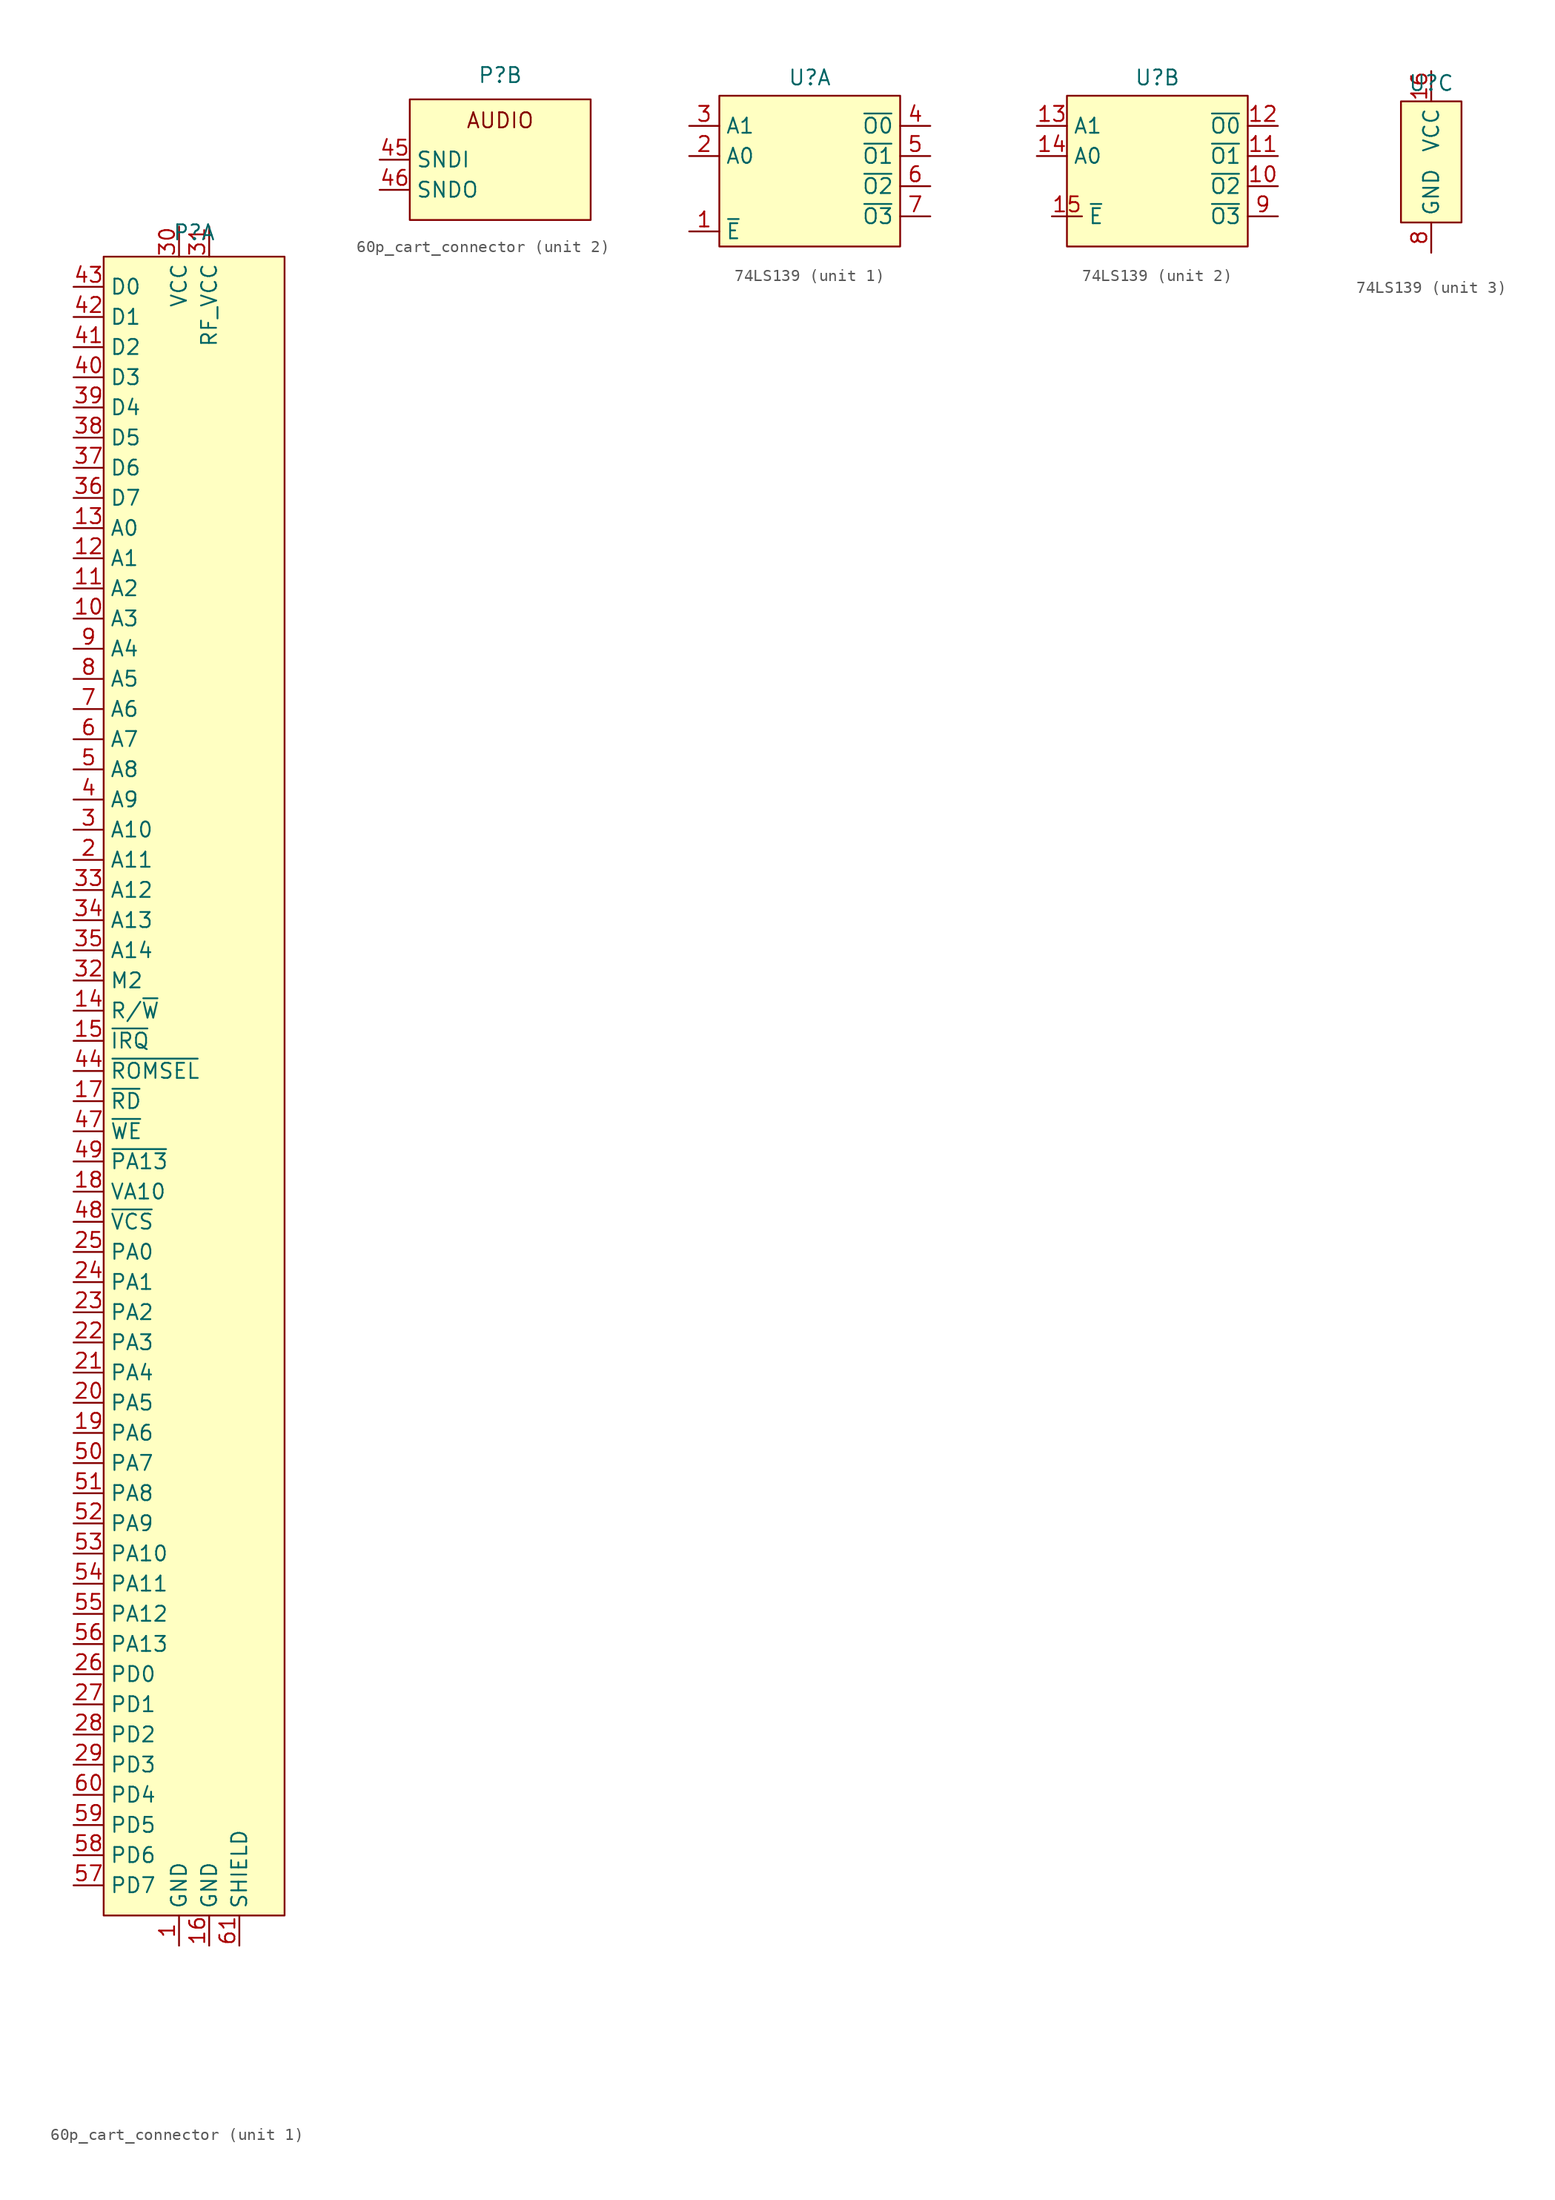
<source format=kicad_sym>
(kicad_symbol_lib
  (version 20241209)
  (generator "kicad_symbol_editor")
  (generator_version "9.0")
  (symbol "60p_cart_connector"
    (property "Reference" "P"
      (at 0 2.032 0)
      (effects (font (size 1.27 1.27))))
    (property "Value" ""
      (at 0 0 0)
      (effects (font (size 1.27 1.27))))
    (property "ki_locked" ""
      (at 0 0 0)
      (effects (font (size 1.27 1.27))))
    (symbol "60p_cart_connector_1_0"
      (pin passive line (at -10.16 -2.54 0) (length 2.54) (name "D0" (effects (font (size 1.27 1.27)))) (number "43" (effects (font (size 1.27 1.27)))))
      (pin passive line (at -10.16 -5.08 0) (length 2.54) (name "D1" (effects (font (size 1.27 1.27)))) (number "42" (effects (font (size 1.27 1.27)))))
      (pin passive line (at -10.16 -7.62 0) (length 2.54) (name "D2" (effects (font (size 1.27 1.27)))) (number "41" (effects (font (size 1.27 1.27)))))
      (pin passive line (at -10.16 -10.16 0) (length 2.54) (name "D3" (effects (font (size 1.27 1.27)))) (number "40" (effects (font (size 1.27 1.27)))))
      (pin passive line (at -10.16 -12.7 0) (length 2.54) (name "D4" (effects (font (size 1.27 1.27)))) (number "39" (effects (font (size 1.27 1.27)))))
      (pin passive line (at -10.16 -15.24 0) (length 2.54) (name "D5" (effects (font (size 1.27 1.27)))) (number "38" (effects (font (size 1.27 1.27)))))
      (pin passive line (at -10.16 -17.78 0) (length 2.54) (name "D6" (effects (font (size 1.27 1.27)))) (number "37" (effects (font (size 1.27 1.27)))))
      (pin passive line (at -10.16 -20.32 0) (length 2.54) (name "D7" (effects (font (size 1.27 1.27)))) (number "36" (effects (font (size 1.27 1.27)))))
      (pin passive line (at -10.16 -22.86 0) (length 2.54) (name "A0" (effects (font (size 1.27 1.27)))) (number "13" (effects (font (size 1.27 1.27)))))
      (pin passive line (at -10.16 -25.4 0) (length 2.54) (name "A1" (effects (font (size 1.27 1.27)))) (number "12" (effects (font (size 1.27 1.27)))))
      (pin passive line (at -10.16 -27.94 0) (length 2.54) (name "A2" (effects (font (size 1.27 1.27)))) (number "11" (effects (font (size 1.27 1.27)))))
      (pin passive line (at -10.16 -30.48 0) (length 2.54) (name "A3" (effects (font (size 1.27 1.27)))) (number "10" (effects (font (size 1.27 1.27)))))
      (pin passive line (at -10.16 -33.02 0) (length 2.54) (name "A4" (effects (font (size 1.27 1.27)))) (number "9" (effects (font (size 1.27 1.27)))))
      (pin passive line (at -10.16 -35.56 0) (length 2.54) (name "A5" (effects (font (size 1.27 1.27)))) (number "8" (effects (font (size 1.27 1.27)))))
      (pin passive line (at -10.16 -38.1 0) (length 2.54) (name "A6" (effects (font (size 1.27 1.27)))) (number "7" (effects (font (size 1.27 1.27)))))
      (pin passive line (at -10.16 -40.64 0) (length 2.54) (name "A7" (effects (font (size 1.27 1.27)))) (number "6" (effects (font (size 1.27 1.27)))))
      (pin passive line (at -10.16 -43.18 0) (length 2.54) (name "A8" (effects (font (size 1.27 1.27)))) (number "5" (effects (font (size 1.27 1.27)))))
      (pin passive line (at -10.16 -45.72 0) (length 2.54) (name "A9" (effects (font (size 1.27 1.27)))) (number "4" (effects (font (size 1.27 1.27)))))
      (pin passive line (at -10.16 -48.26 0) (length 2.54) (name "A10" (effects (font (size 1.27 1.27)))) (number "3" (effects (font (size 1.27 1.27)))))
      (pin passive line (at -10.16 -50.8 0) (length 2.54) (name "A11" (effects (font (size 1.27 1.27)))) (number "2" (effects (font (size 1.27 1.27)))))
      (pin passive line (at -10.16 -53.34 0) (length 2.54) (name "A12" (effects (font (size 1.27 1.27)))) (number "33" (effects (font (size 1.27 1.27)))))
      (pin passive line (at -10.16 -55.88 0) (length 2.54) (name "A13" (effects (font (size 1.27 1.27)))) (number "34" (effects (font (size 1.27 1.27)))))
      (pin passive line (at -10.16 -58.42 0) (length 2.54) (name "A14" (effects (font (size 1.27 1.27)))) (number "35" (effects (font (size 1.27 1.27)))))
      (pin passive line (at -10.16 -60.96 0) (length 2.54) (name "M2" (effects (font (size 1.27 1.27)))) (number "32" (effects (font (size 1.27 1.27)))))
      (pin passive line (at -10.16 -63.5 0) (length 2.54) (name "R/~{W}" (effects (font (size 1.27 1.27)))) (number "14" (effects (font (size 1.27 1.27)))))
      (pin passive line (at -10.16 -66.04 0) (length 2.54) (name "~{IRQ}" (effects (font (size 1.27 1.27)))) (number "15" (effects (font (size 1.27 1.27)))))
      (pin passive line (at -10.16 -68.58 0) (length 2.54) (name "~{ROMSEL}" (effects (font (size 1.27 1.27)))) (number "44" (effects (font (size 1.27 1.27)))))
      (pin passive line (at -10.16 -71.12 0) (length 2.54) (name "~{RD}" (effects (font (size 1.27 1.27)))) (number "17" (effects (font (size 1.27 1.27)))))
      (pin passive line (at -10.16 -73.66 0) (length 2.54) (name "~{WE}" (effects (font (size 1.27 1.27)))) (number "47" (effects (font (size 1.27 1.27)))))
      (pin passive line (at -10.16 -76.2 0) (length 2.54) (name "~{PA13}" (effects (font (size 1.27 1.27)))) (number "49" (effects (font (size 1.27 1.27)))))
      (pin passive line (at -10.16 -78.74 0) (length 2.54) (name "VA10" (effects (font (size 1.27 1.27)))) (number "18" (effects (font (size 1.27 1.27)))))
      (pin passive line (at -10.16 -81.28 0) (length 2.54) (name "~{VCS}" (effects (font (size 1.27 1.27)))) (number "48" (effects (font (size 1.27 1.27)))))
      (pin passive line (at -10.16 -83.82 0) (length 2.54) (name "PA0" (effects (font (size 1.27 1.27)))) (number "25" (effects (font (size 1.27 1.27)))))
      (pin passive line (at -10.16 -86.36 0) (length 2.54) (name "PA1" (effects (font (size 1.27 1.27)))) (number "24" (effects (font (size 1.27 1.27)))))
      (pin passive line (at -10.16 -88.9 0) (length 2.54) (name "PA2" (effects (font (size 1.27 1.27)))) (number "23" (effects (font (size 1.27 1.27)))))
      (pin passive line (at -10.16 -91.44 0) (length 2.54) (name "PA3" (effects (font (size 1.27 1.27)))) (number "22" (effects (font (size 1.27 1.27)))))
      (pin passive line (at -10.16 -93.98 0) (length 2.54) (name "PA4" (effects (font (size 1.27 1.27)))) (number "21" (effects (font (size 1.27 1.27)))))
      (pin passive line (at -10.16 -96.52 0) (length 2.54) (name "PA5" (effects (font (size 1.27 1.27)))) (number "20" (effects (font (size 1.27 1.27)))))
      (pin passive line (at -10.16 -99.06 0) (length 2.54) (name "PA6" (effects (font (size 1.27 1.27)))) (number "19" (effects (font (size 1.27 1.27)))))
      (pin passive line (at -10.16 -101.6 0) (length 2.54) (name "PA7" (effects (font (size 1.27 1.27)))) (number "50" (effects (font (size 1.27 1.27)))))
      (pin passive line (at -10.16 -104.14 0) (length 2.54) (name "PA8" (effects (font (size 1.27 1.27)))) (number "51" (effects (font (size 1.27 1.27)))))
      (pin passive line (at -10.16 -106.68 0) (length 2.54) (name "PA9" (effects (font (size 1.27 1.27)))) (number "52" (effects (font (size 1.27 1.27)))))
      (pin passive line (at -10.16 -109.22 0) (length 2.54) (name "PA10" (effects (font (size 1.27 1.27)))) (number "53" (effects (font (size 1.27 1.27)))))
      (pin passive line (at -10.16 -111.76 0) (length 2.54) (name "PA11" (effects (font (size 1.27 1.27)))) (number "54" (effects (font (size 1.27 1.27)))))
      (pin passive line (at -10.16 -114.3 0) (length 2.54) (name "PA12" (effects (font (size 1.27 1.27)))) (number "55" (effects (font (size 1.27 1.27)))))
      (pin passive line (at -10.16 -116.84 0) (length 2.54) (name "PA13" (effects (font (size 1.27 1.27)))) (number "56" (effects (font (size 1.27 1.27)))))
      (pin passive line (at -10.16 -119.38 0) (length 2.54) (name "PD0" (effects (font (size 1.27 1.27)))) (number "26" (effects (font (size 1.27 1.27)))))
      (pin passive line (at -10.16 -121.92 0) (length 2.54) (name "PD1" (effects (font (size 1.27 1.27)))) (number "27" (effects (font (size 1.27 1.27)))))
      (pin passive line (at -10.16 -124.46 0) (length 2.54) (name "PD2" (effects (font (size 1.27 1.27)))) (number "28" (effects (font (size 1.27 1.27)))))
      (pin passive line (at -10.16 -127 0) (length 2.54) (name "PD3" (effects (font (size 1.27 1.27)))) (number "29" (effects (font (size 1.27 1.27)))))
      (pin passive line (at -10.16 -129.54 0) (length 2.54) (name "PD4" (effects (font (size 1.27 1.27)))) (number "60" (effects (font (size 1.27 1.27)))))
      (pin passive line (at -10.16 -132.08 0) (length 2.54) (name "PD5" (effects (font (size 1.27 1.27)))) (number "59" (effects (font (size 1.27 1.27)))))
      (pin passive line (at -10.16 -134.62 0) (length 2.54) (name "PD6" (effects (font (size 1.27 1.27)))) (number "58" (effects (font (size 1.27 1.27)))))
      (pin passive line (at -10.16 -137.16 0) (length 2.54) (name "PD7" (effects (font (size 1.27 1.27)))) (number "57" (effects (font (size 1.27 1.27)))))
      (pin passive line (at -1.27 2.54 270) (length 2.54) (name "VCC" (effects (font (size 1.27 1.27)))) (number "30" (effects (font (size 1.27 1.27)))))
      (pin passive line (at -1.27 -142.24 90) (length 2.54) (name "GND" (effects (font (size 1.27 1.27)))) (number "1" (effects (font (size 1.27 1.27)))))
      (pin passive line (at 1.27 2.54 270) (length 2.54) (name "RF_VCC" (effects (font (size 1.27 1.27)))) (number "31" (effects (font (size 1.27 1.27)))))
      (pin passive line (at 1.27 -142.24 90) (length 2.54) (name "GND" (effects (font (size 1.27 1.27)))) (number "16" (effects (font (size 1.27 1.27))))))
    (symbol "60p_cart_connector_1_1"
      (rectangle (start -7.62 0) (end 7.62 -139.7) (stroke (width 0) (type solid)) (fill (type background)))
      (pin passive line (at 3.81 -142.24 90) (length 2.54) (name "SHIELD" (effects (font (size 1.27 1.27)))) (number "61" (effects (font (size 1.27 1.27))))))
    (symbol "60p_cart_connector_2_0"
      (pin passive line (at -10.16 -5.08 0) (length 2.54) (name "SNDI" (effects (font (size 1.27 1.27)))) (number "45" (effects (font (size 1.27 1.27)))))
      (pin passive line (at -10.16 -7.62 0) (length 2.54) (name "SNDO" (effects (font (size 1.27 1.27)))) (number "46" (effects (font (size 1.27 1.27))))))
    (symbol "60p_cart_connector_2_1"
      (rectangle (start -7.62 0) (end 7.62 -10.16) (stroke (width 0) (type solid)) (fill (type background)))
      (text "AUDIO" (at 0 -1.778 0) (effects (font (size 1.27 1.27))))))
  (symbol "74LS139"
    (property "Reference" "U"
      (at 0 1.524 0)
      (effects (font (size 1.27 1.27))))
    (property "Value" ""
      (at 0 0 0)
      (effects (font (size 1.27 1.27))))
    (property "ki_locked" ""
      (at 0 0 0)
      (effects (font (size 1.27 1.27))))
    (symbol "74LS139_1_0"
      (pin input line (at -10.16 -2.54 0) (length 2.54) (name "A1" (effects (font (size 1.27 1.27)))) (number "3" (effects (font (size 1.27 1.27)))))
      (pin input line (at -10.16 -5.08 0) (length 2.54) (name "A0" (effects (font (size 1.27 1.27)))) (number "2" (effects (font (size 1.27 1.27)))))
      (pin input line (at -10.16 -11.43 0) (length 2.54) (name "~{E}" (effects (font (size 1.27 1.27)))) (number "1" (effects (font (size 1.27 1.27)))))
      (pin output line (at 10.16 -2.54 180) (length 2.54) (name "~{O0}" (effects (font (size 1.27 1.27)))) (number "4" (effects (font (size 1.27 1.27)))))
      (pin output line (at 10.16 -5.08 180) (length 2.54) (name "~{O1}" (effects (font (size 1.27 1.27)))) (number "5" (effects (font (size 1.27 1.27)))))
      (pin output line (at 10.16 -7.62 180) (length 2.54) (name "~{O2}" (effects (font (size 1.27 1.27)))) (number "6" (effects (font (size 1.27 1.27)))))
      (pin output line (at 10.16 -10.16 180) (length 2.54) (name "~{O3}" (effects (font (size 1.27 1.27)))) (number "7" (effects (font (size 1.27 1.27))))))
    (symbol "74LS139_1_1"
      (rectangle (start -7.62 0) (end 7.62 -12.7) (stroke (width 0) (type solid)) (fill (type background))))
    (symbol "74LS139_2_0"
      (pin input line (at -10.16 -2.54 0) (length 2.54) (name "A1" (effects (font (size 1.27 1.27)))) (number "13" (effects (font (size 1.27 1.27)))))
      (pin input line (at -10.16 -5.08 0) (length 2.54) (name "A0" (effects (font (size 1.27 1.27)))) (number "14" (effects (font (size 1.27 1.27)))))
      (pin input line (at -8.89 -10.16 0) (length 2.54) (name "~{E}" (effects (font (size 1.27 1.27)))) (number "15" (effects (font (size 1.27 1.27)))))
      (pin output line (at 10.16 -2.54 180) (length 2.54) (name "~{O0}" (effects (font (size 1.27 1.27)))) (number "12" (effects (font (size 1.27 1.27)))))
      (pin output line (at 10.16 -5.08 180) (length 2.54) (name "~{O1}" (effects (font (size 1.27 1.27)))) (number "11" (effects (font (size 1.27 1.27)))))
      (pin output line (at 10.16 -7.62 180) (length 2.54) (name "~{O2}" (effects (font (size 1.27 1.27)))) (number "10" (effects (font (size 1.27 1.27)))))
      (pin output line (at 10.16 -10.16 180) (length 2.54) (name "~{O3}" (effects (font (size 1.27 1.27)))) (number "9" (effects (font (size 1.27 1.27))))))
    (symbol "74LS139_2_1"
      (rectangle (start -7.62 0) (end 7.62 -12.7) (stroke (width 0) (type solid)) (fill (type background))))
    (symbol "74LS139_3_0"
      (pin power_in line (at 0 2.54 270) (length 2.54) (name "VCC" (effects (font (size 1.27 1.27)))) (number "16" (effects (font (size 1.27 1.27)))))
      (pin power_in line (at 0 -12.7 90) (length 2.54) (name "GND" (effects (font (size 1.27 1.27)))) (number "8" (effects (font (size 1.27 1.27))))))
    (symbol "74LS139_3_1"
      (rectangle (start -2.54 0) (end 2.54 -10.16) (stroke (width 0) (type solid)) (fill (type background))))))
</source>
